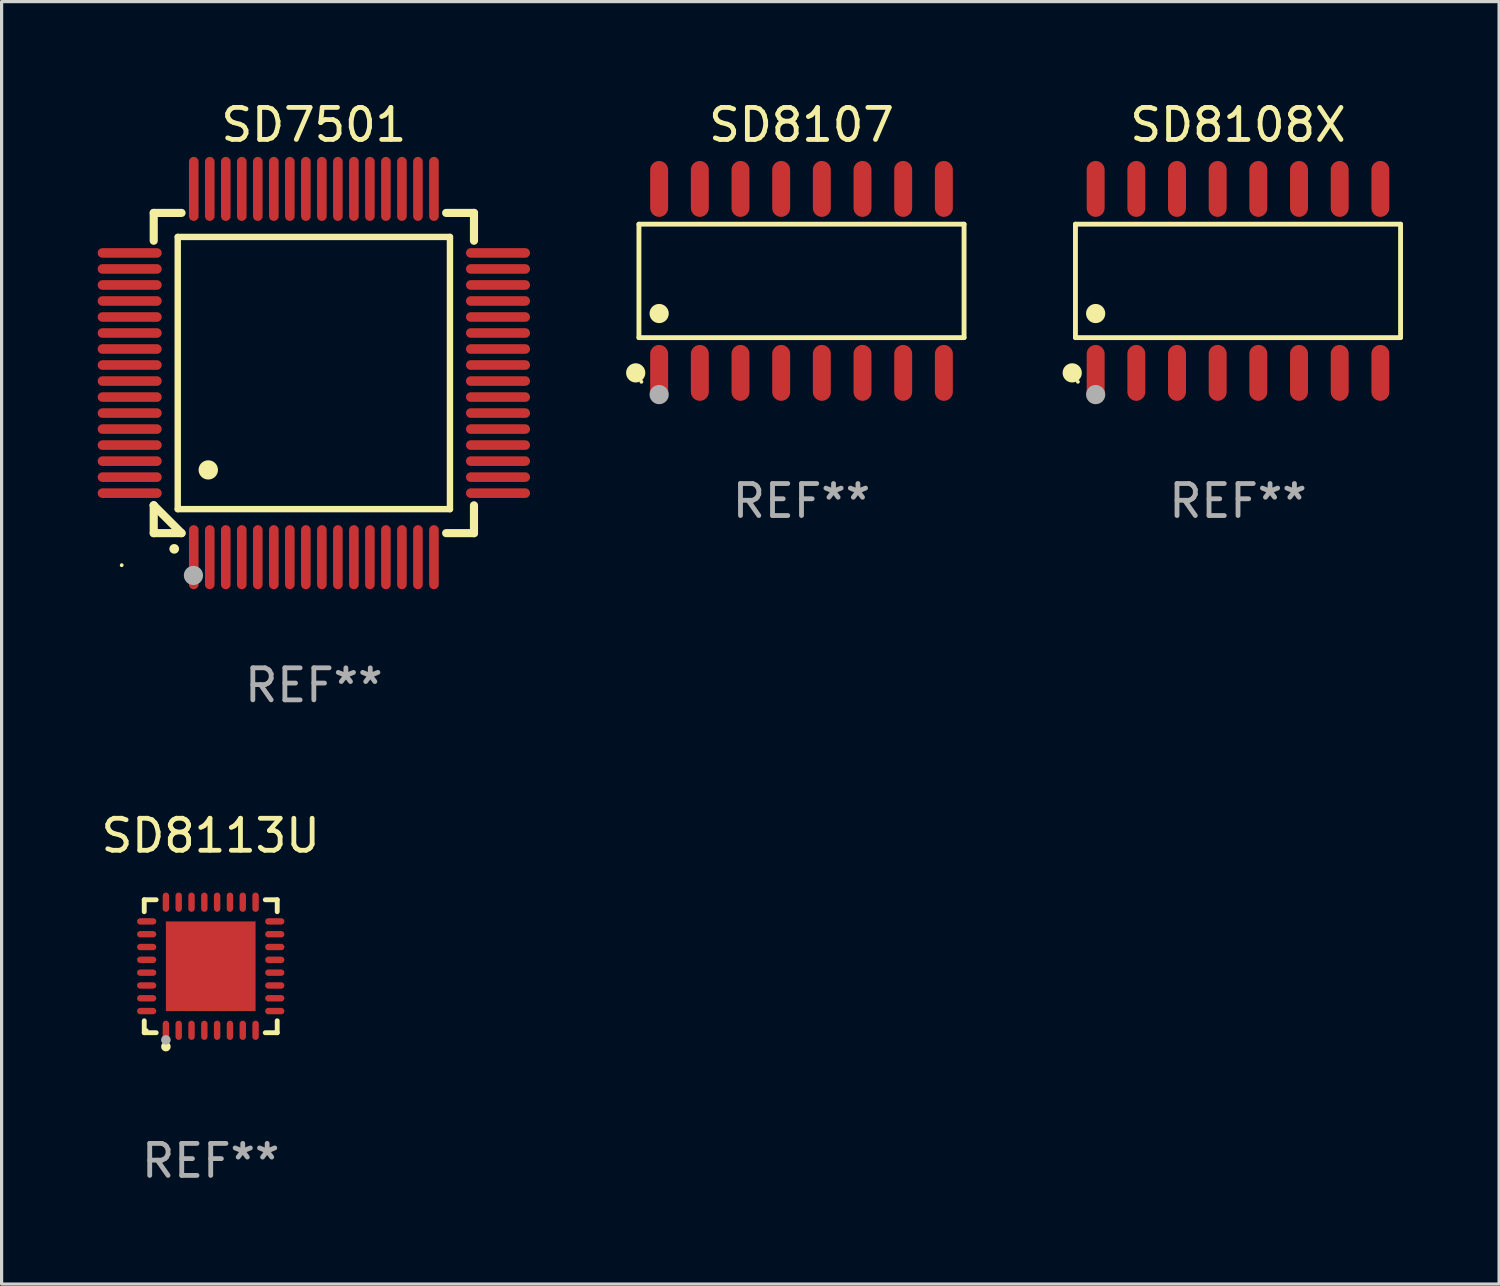
<source format=kicad_pcb>
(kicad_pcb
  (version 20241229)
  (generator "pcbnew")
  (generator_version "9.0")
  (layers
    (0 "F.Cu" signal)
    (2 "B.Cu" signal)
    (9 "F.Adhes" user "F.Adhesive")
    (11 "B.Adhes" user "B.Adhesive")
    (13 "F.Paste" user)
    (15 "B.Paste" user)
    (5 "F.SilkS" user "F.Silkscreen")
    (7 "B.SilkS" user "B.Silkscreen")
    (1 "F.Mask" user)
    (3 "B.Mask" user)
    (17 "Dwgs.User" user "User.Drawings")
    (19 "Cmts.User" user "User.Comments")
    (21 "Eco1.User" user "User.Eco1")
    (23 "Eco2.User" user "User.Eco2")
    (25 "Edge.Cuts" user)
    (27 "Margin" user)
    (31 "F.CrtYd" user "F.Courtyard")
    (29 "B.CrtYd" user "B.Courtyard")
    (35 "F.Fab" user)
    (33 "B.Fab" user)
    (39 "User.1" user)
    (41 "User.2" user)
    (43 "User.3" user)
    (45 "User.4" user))
  (footprint "SD7501"
    (layer "F.Cu")
    (at 6.75 8.598)
    (property "Reference" "SD7501" (at 0 -7.75 0) (layer "F.SilkS") (effects (font (size 1 1) (thickness 0.15))))
    (attr through_hole)
    (fp_line (start -5 -5) (end -4.131 -5) (stroke (width 0.254) (type solid)) (layer "F.SilkS"))
    (fp_line (start -5 -4.131) (end -5 -5) (stroke (width 0.254) (type solid)) (layer "F.SilkS"))
    (fp_line (start -5 4.131) (end -5 4.131) (stroke (width 0.254) (type solid)) (layer "F.SilkS"))
    (fp_line (start -5 5) (end -5 4.131) (stroke (width 0.254) (type solid)) (layer "F.SilkS"))
    (fp_line (start -5 4.131) (end -4.131 5) (stroke (width 0.254) (type solid)) (layer "F.SilkS"))
    (fp_line (start -4.25 -4.25) (end -4.25 4.25) (stroke (width 0.2) (type solid)) (layer "F.SilkS"))
    (fp_line (start -4.25 4.25) (end 4.25 4.25) (stroke (width 0.2) (type solid)) (layer "F.SilkS"))
    (fp_line (start -4.131 5) (end -5 5) (stroke (width 0.254) (type solid)) (layer "F.SilkS"))
    (fp_line (start 4.25 -4.25) (end -4.25 -4.25) (stroke (width 0.2) (type solid)) (layer "F.SilkS"))
    (fp_line (start 4.25 4.25) (end 4.25 -4.25) (stroke (width 0.2) (type solid)) (layer "F.SilkS"))
    (fp_line (start 5 -5) (end 4.131 -5) (stroke (width 0.254) (type solid)) (layer "F.SilkS"))
    (fp_line (start 5 -5) (end 5 -4.131) (stroke (width 0.254) (type solid)) (layer "F.SilkS"))
    (fp_line (start 5 4.131) (end 5 5) (stroke (width 0.254) (type solid)) (layer "F.SilkS"))
    (fp_line (start 5 5) (end 4.131 5) (stroke (width 0.254) (type solid)) (layer "F.SilkS"))
    (fp_arc (start -4.361265 5.489992) (mid -4.359995 5.489987) (end -4.358725 5.489992) (stroke (width 0.3) (type solid)) (layer "F.SilkS"))
    (fp_arc (start -3.299467 3.025146) (mid -3.296927 3.025135) (end -3.294387 3.025146) (stroke (width 0.6) (type solid)) (layer "F.SilkS"))
    (fp_circle (center -6 6) (end -5.97 6) (stroke (width 0.06) (type solid)) (fill no) (layer "F.SilkS"))
    (fp_circle (center -3.76 6.32) (end -3.61 6.32) (stroke (width 0.3) (type solid)) (fill no) (layer "F.Fab"))
    (fp_text user "REF**" (at 0 9.75 0) (layer "F.Fab") (effects (font (size 1 1) (thickness 0.15))))
    (pad "1" smd oval (at -3.75 5.75) (size 0.3 2) (layers "F.Cu" "F.Mask" "F.Paste"))
    (pad "2" smd oval (at -3.25 5.75) (size 0.3 2) (layers "F.Cu" "F.Mask" "F.Paste"))
    (pad "3" smd oval (at -2.75 5.75) (size 0.3 2) (layers "F.Cu" "F.Mask" "F.Paste"))
    (pad "4" smd oval (at -2.25 5.75) (size 0.3 2) (layers "F.Cu" "F.Mask" "F.Paste"))
    (pad "5" smd oval (at -1.75 5.75) (size 0.3 2) (layers "F.Cu" "F.Mask" "F.Paste"))
    (pad "6" smd oval (at -1.25 5.75) (size 0.3 2) (layers "F.Cu" "F.Mask" "F.Paste"))
    (pad "7" smd oval (at -0.75 5.75) (size 0.3 2) (layers "F.Cu" "F.Mask" "F.Paste"))
    (pad "8" smd oval (at -0.25 5.75) (size 0.3 2) (layers "F.Cu" "F.Mask" "F.Paste"))
    (pad "9" smd oval (at 0.25 5.75) (size 0.3 2) (layers "F.Cu" "F.Mask" "F.Paste"))
    (pad "10" smd oval (at 0.75 5.75) (size 0.3 2) (layers "F.Cu" "F.Mask" "F.Paste"))
    (pad "11" smd oval (at 1.25 5.75) (size 0.3 2) (layers "F.Cu" "F.Mask" "F.Paste"))
    (pad "12" smd oval (at 1.75 5.75) (size 0.3 2) (layers "F.Cu" "F.Mask" "F.Paste"))
    (pad "13" smd oval (at 2.25 5.75) (size 0.3 2) (layers "F.Cu" "F.Mask" "F.Paste"))
    (pad "14" smd oval (at 2.75 5.75) (size 0.3 2) (layers "F.Cu" "F.Mask" "F.Paste"))
    (pad "15" smd oval (at 3.25 5.75) (size 0.3 2) (layers "F.Cu" "F.Mask" "F.Paste"))
    (pad "16" smd oval (at 3.75 5.75) (size 0.3 2) (layers "F.Cu" "F.Mask" "F.Paste"))
    (pad "17" smd oval (at 5.75 3.75) (size 2 0.3) (layers "F.Cu" "F.Mask" "F.Paste"))
    (pad "18" smd oval (at 5.75 3.25) (size 2 0.3) (layers "F.Cu" "F.Mask" "F.Paste"))
    (pad "19" smd oval (at 5.75 2.75) (size 2 0.3) (layers "F.Cu" "F.Mask" "F.Paste"))
    (pad "20" smd oval (at 5.75 2.25) (size 2 0.3) (layers "F.Cu" "F.Mask" "F.Paste"))
    (pad "21" smd oval (at 5.75 1.75) (size 2 0.3) (layers "F.Cu" "F.Mask" "F.Paste"))
    (pad "22" smd oval (at 5.75 1.25) (size 2 0.3) (layers "F.Cu" "F.Mask" "F.Paste"))
    (pad "23" smd oval (at 5.75 0.75) (size 2 0.3) (layers "F.Cu" "F.Mask" "F.Paste"))
    (pad "24" smd oval (at 5.75 0.25) (size 2 0.3) (layers "F.Cu" "F.Mask" "F.Paste"))
    (pad "25" smd oval (at 5.75 -0.25) (size 2 0.3) (layers "F.Cu" "F.Mask" "F.Paste"))
    (pad "26" smd oval (at 5.75 -0.75) (size 2 0.3) (layers "F.Cu" "F.Mask" "F.Paste"))
    (pad "27" smd oval (at 5.75 -1.25) (size 2 0.3) (layers "F.Cu" "F.Mask" "F.Paste"))
    (pad "28" smd oval (at 5.75 -1.75) (size 2 0.3) (layers "F.Cu" "F.Mask" "F.Paste"))
    (pad "29" smd oval (at 5.75 -2.25) (size 2 0.3) (layers "F.Cu" "F.Mask" "F.Paste"))
    (pad "30" smd oval (at 5.75 -2.75) (size 2 0.3) (layers "F.Cu" "F.Mask" "F.Paste"))
    (pad "31" smd oval (at 5.75 -3.25) (size 2 0.3) (layers "F.Cu" "F.Mask" "F.Paste"))
    (pad "32" smd oval (at 5.75 -3.75) (size 2 0.3) (layers "F.Cu" "F.Mask" "F.Paste"))
    (pad "33" smd oval (at 3.75 -5.75) (size 0.3 2) (layers "F.Cu" "F.Mask" "F.Paste"))
    (pad "34" smd oval (at 3.25 -5.75) (size 0.3 2) (layers "F.Cu" "F.Mask" "F.Paste"))
    (pad "35" smd oval (at 2.75 -5.75) (size 0.3 2) (layers "F.Cu" "F.Mask" "F.Paste"))
    (pad "36" smd oval (at 2.25 -5.75) (size 0.3 2) (layers "F.Cu" "F.Mask" "F.Paste"))
    (pad "37" smd oval (at 1.75 -5.75) (size 0.3 2) (layers "F.Cu" "F.Mask" "F.Paste"))
    (pad "38" smd oval (at 1.25 -5.75) (size 0.3 2) (layers "F.Cu" "F.Mask" "F.Paste"))
    (pad "39" smd oval (at 0.75 -5.75) (size 0.3 2) (layers "F.Cu" "F.Mask" "F.Paste"))
    (pad "40" smd oval (at 0.25 -5.75) (size 0.3 2) (layers "F.Cu" "F.Mask" "F.Paste"))
    (pad "41" smd oval (at -0.25 -5.75) (size 0.3 2) (layers "F.Cu" "F.Mask" "F.Paste"))
    (pad "42" smd oval (at -0.75 -5.75) (size 0.3 2) (layers "F.Cu" "F.Mask" "F.Paste"))
    (pad "43" smd oval (at -1.25 -5.75) (size 0.3 2) (layers "F.Cu" "F.Mask" "F.Paste"))
    (pad "44" smd oval (at -1.75 -5.75) (size 0.3 2) (layers "F.Cu" "F.Mask" "F.Paste"))
    (pad "45" smd oval (at -2.25 -5.75) (size 0.3 2) (layers "F.Cu" "F.Mask" "F.Paste"))
    (pad "46" smd oval (at -2.75 -5.75) (size 0.3 2) (layers "F.Cu" "F.Mask" "F.Paste"))
    (pad "47" smd oval (at -3.25 -5.75) (size 0.3 2) (layers "F.Cu" "F.Mask" "F.Paste"))
    (pad "48" smd oval (at -3.75 -5.75) (size 0.3 2) (layers "F.Cu" "F.Mask" "F.Paste"))
    (pad "49" smd oval (at -5.75 -3.75) (size 2 0.3) (layers "F.Cu" "F.Mask" "F.Paste"))
    (pad "50" smd oval (at -5.75 -3.25) (size 2 0.3) (layers "F.Cu" "F.Mask" "F.Paste"))
    (pad "51" smd oval (at -5.75 -2.75) (size 2 0.3) (layers "F.Cu" "F.Mask" "F.Paste"))
    (pad "52" smd oval (at -5.75 -2.25) (size 2 0.3) (layers "F.Cu" "F.Mask" "F.Paste"))
    (pad "53" smd oval (at -5.75 -1.75) (size 2 0.3) (layers "F.Cu" "F.Mask" "F.Paste"))
    (pad "54" smd oval (at -5.75 -1.25) (size 2 0.3) (layers "F.Cu" "F.Mask" "F.Paste"))
    (pad "55" smd oval (at -5.75 -0.75) (size 2 0.3) (layers "F.Cu" "F.Mask" "F.Paste"))
    (pad "56" smd oval (at -5.75 -0.25) (size 2 0.3) (layers "F.Cu" "F.Mask" "F.Paste"))
    (pad "57" smd oval (at -5.75 0.25) (size 2 0.3) (layers "F.Cu" "F.Mask" "F.Paste"))
    (pad "58" smd oval (at -5.75 0.75) (size 2 0.3) (layers "F.Cu" "F.Mask" "F.Paste"))
    (pad "59" smd oval (at -5.75 1.25) (size 2 0.3) (layers "F.Cu" "F.Mask" "F.Paste"))
    (pad "60" smd oval (at -5.75 1.75) (size 2 0.3) (layers "F.Cu" "F.Mask" "F.Paste"))
    (pad "61" smd oval (at -5.75 2.25) (size 2 0.3) (layers "F.Cu" "F.Mask" "F.Paste"))
    (pad "62" smd oval (at -5.75 2.75) (size 2 0.3) (layers "F.Cu" "F.Mask" "F.Paste"))
    (pad "63" smd oval (at -5.75 3.25) (size 2 0.3) (layers "F.Cu" "F.Mask" "F.Paste"))
    (pad "64" smd oval (at -5.75 3.75) (size 2 0.3) (layers "F.Cu" "F.Mask" "F.Paste")))
  (footprint "SD8113U"
    (layer "F.Cu")
    (at 3.53 27.121)
    (property "Reference" "SD8113U" (at 0 -4.076 0) (layer "F.SilkS") (effects (font (size 1 1) (thickness 0.15))))
    (attr through_hole)
    (fp_line (start -2.076 -2.076) (end -1.703 -2.076) (stroke (width 0.152) (type solid)) (layer "F.SilkS"))
    (fp_line (start -2.076 -1.703) (end -2.076 -2.076) (stroke (width 0.152) (type solid)) (layer "F.SilkS"))
    (fp_line (start -2.076 1.703) (end -2.076 2.076) (stroke (width 0.152) (type solid)) (layer "F.SilkS"))
    (fp_line (start -2.076 2.076) (end -1.703 2.076) (stroke (width 0.152) (type solid)) (layer "F.SilkS"))
    (fp_line (start 2.076 -2.076) (end 1.703 -2.076) (stroke (width 0.152) (type solid)) (layer "F.SilkS"))
    (fp_line (start 2.076 -1.703) (end 2.076 -2.076) (stroke (width 0.152) (type solid)) (layer "F.SilkS"))
    (fp_line (start 2.076 1.703) (end 2.076 2.076) (stroke (width 0.152) (type solid)) (layer "F.SilkS"))
    (fp_line (start 2.076 2.076) (end 1.703 2.076) (stroke (width 0.152) (type solid)) (layer "F.SilkS"))
    (fp_circle (center -2 2) (end -1.97 2) (stroke (width 0.06) (type solid)) (fill no) (layer "F.SilkS"))
    (fp_circle (center -1.4 2.51) (end -1.325 2.51) (stroke (width 0.15) (type solid)) (fill no) (layer "F.SilkS"))
    (fp_circle (center -1.4 2.3) (end -1.325 2.3) (stroke (width 0.15) (type solid)) (fill no) (layer "F.Fab"))
    (fp_text user "REF**" (at 0 6.076 0) (layer "F.Fab") (effects (font (size 1 1) (thickness 0.15))))
    (pad "1" smd oval (at -1.4 2) (size 0.2 0.6) (layers "F.Cu" "F.Mask" "F.Paste"))
    (pad "2" smd oval (at -1 2) (size 0.2 0.6) (layers "F.Cu" "F.Mask" "F.Paste"))
    (pad "3" smd oval (at -0.6 2) (size 0.2 0.6) (layers "F.Cu" "F.Mask" "F.Paste"))
    (pad "4" smd oval (at -0.2 2) (size 0.2 0.6) (layers "F.Cu" "F.Mask" "F.Paste"))
    (pad "5" smd oval (at 0.2 2) (size 0.2 0.6) (layers "F.Cu" "F.Mask" "F.Paste"))
    (pad "6" smd oval (at 0.6 2) (size 0.2 0.6) (layers "F.Cu" "F.Mask" "F.Paste"))
    (pad "7" smd oval (at 1 2) (size 0.2 0.6) (layers "F.Cu" "F.Mask" "F.Paste"))
    (pad "8" smd oval (at 1.4 2) (size 0.2 0.6) (layers "F.Cu" "F.Mask" "F.Paste"))
    (pad "9" smd oval (at 2 1.4) (size 0.6 0.2) (layers "F.Cu" "F.Mask" "F.Paste"))
    (pad "10" smd oval (at 2 1) (size 0.6 0.2) (layers "F.Cu" "F.Mask" "F.Paste"))
    (pad "11" smd oval (at 2 0.6) (size 0.6 0.2) (layers "F.Cu" "F.Mask" "F.Paste"))
    (pad "12" smd oval (at 2 0.2) (size 0.6 0.2) (layers "F.Cu" "F.Mask" "F.Paste"))
    (pad "13" smd oval (at 2 -0.2) (size 0.6 0.2) (layers "F.Cu" "F.Mask" "F.Paste"))
    (pad "14" smd oval (at 2 -0.6) (size 0.6 0.2) (layers "F.Cu" "F.Mask" "F.Paste"))
    (pad "15" smd oval (at 2 -1) (size 0.6 0.2) (layers "F.Cu" "F.Mask" "F.Paste"))
    (pad "16" smd oval (at 2 -1.4) (size 0.6 0.2) (layers "F.Cu" "F.Mask" "F.Paste"))
    (pad "17" smd oval (at 1.4 -2) (size 0.2 0.6) (layers "F.Cu" "F.Mask" "F.Paste"))
    (pad "18" smd oval (at 1 -2) (size 0.2 0.6) (layers "F.Cu" "F.Mask" "F.Paste"))
    (pad "19" smd oval (at 0.6 -2) (size 0.2 0.6) (layers "F.Cu" "F.Mask" "F.Paste"))
    (pad "20" smd oval (at 0.2 -2) (size 0.2 0.6) (layers "F.Cu" "F.Mask" "F.Paste"))
    (pad "21" smd oval (at -0.2 -2) (size 0.2 0.6) (layers "F.Cu" "F.Mask" "F.Paste"))
    (pad "22" smd oval (at -0.6 -2) (size 0.2 0.6) (layers "F.Cu" "F.Mask" "F.Paste"))
    (pad "23" smd oval (at -1 -2) (size 0.2 0.6) (layers "F.Cu" "F.Mask" "F.Paste"))
    (pad "24" smd oval (at -1.4 -2) (size 0.2 0.6) (layers "F.Cu" "F.Mask" "F.Paste"))
    (pad "25" smd oval (at -2 -1.4) (size 0.6 0.2) (layers "F.Cu" "F.Mask" "F.Paste"))
    (pad "26" smd oval (at -2 -1) (size 0.6 0.2) (layers "F.Cu" "F.Mask" "F.Paste"))
    (pad "27" smd oval (at -2 -0.6) (size 0.6 0.2) (layers "F.Cu" "F.Mask" "F.Paste"))
    (pad "28" smd oval (at -2 -0.2) (size 0.6 0.2) (layers "F.Cu" "F.Mask" "F.Paste"))
    (pad "29" smd oval (at -2 0.2) (size 0.6 0.2) (layers "F.Cu" "F.Mask" "F.Paste"))
    (pad "30" smd oval (at -2 0.6) (size 0.6 0.2) (layers "F.Cu" "F.Mask" "F.Paste"))
    (pad "31" smd oval (at -2 1) (size 0.6 0.2) (layers "F.Cu" "F.Mask" "F.Paste"))
    (pad "32" smd oval (at -2 1.4) (size 0.6 0.2) (layers "F.Cu" "F.Mask" "F.Paste"))
    (pad "33" smd rect (at 0 0) (size 2.8 2.8) (layers "F.Cu" "F.Mask" "F.Paste")))
  (footprint "SD8107"
    (layer "F.Cu")
    (at 21.977 5.721)
    (property "Reference" "SD8107" (at 0 -4.872 0) (layer "F.SilkS") (effects (font (size 1 1) (thickness 0.15))))
    (attr through_hole)
    (fp_line (start -5.076 -1.771) (end 5.076 -1.771) (stroke (width 0.152) (type solid)) (layer "F.SilkS"))
    (fp_line (start -5.076 1.771) (end -5.076 -1.771) (stroke (width 0.152) (type solid)) (layer "F.SilkS"))
    (fp_line (start 5.076 -1.771) (end 5.076 1.771) (stroke (width 0.152) (type solid)) (layer "F.SilkS"))
    (fp_line (start 5.076 1.771) (end -5.076 1.771) (stroke (width 0.152) (type solid)) (layer "F.SilkS"))
    (fp_circle (center -5.177 2.872) (end -5.027 2.872) (stroke (width 0.3) (type solid)) (fill no) (layer "F.SilkS"))
    (fp_circle (center -5 3.15) (end -4.97 3.15) (stroke (width 0.06) (type solid)) (fill no) (layer "F.SilkS"))
    (fp_circle (center -4.445 1.019) (end -4.295 1.019) (stroke (width 0.3) (type solid)) (fill no) (layer "F.SilkS"))
    (fp_circle (center -4.445 3.55) (end -4.295 3.55) (stroke (width 0.3) (type solid)) (fill no) (layer "F.Fab"))
    (fp_text user "REF**" (at 0 6.872 0) (layer "F.Fab") (effects (font (size 1 1) (thickness 0.15))))
    (pad "1" smd oval (at -4.445 2.872) (size 0.56 1.745) (layers "F.Cu" "F.Mask" "F.Paste"))
    (pad "2" smd oval (at -3.175 2.872) (size 0.56 1.745) (layers "F.Cu" "F.Mask" "F.Paste"))
    (pad "3" smd oval (at -1.905 2.872) (size 0.56 1.745) (layers "F.Cu" "F.Mask" "F.Paste"))
    (pad "4" smd oval (at -0.635 2.872) (size 0.56 1.745) (layers "F.Cu" "F.Mask" "F.Paste"))
    (pad "5" smd oval (at 0.635 2.872) (size 0.56 1.745) (layers "F.Cu" "F.Mask" "F.Paste"))
    (pad "6" smd oval (at 1.905 2.872) (size 0.56 1.745) (layers "F.Cu" "F.Mask" "F.Paste"))
    (pad "7" smd oval (at 3.175 2.872) (size 0.56 1.745) (layers "F.Cu" "F.Mask" "F.Paste"))
    (pad "8" smd oval (at 4.445 2.872) (size 0.56 1.745) (layers "F.Cu" "F.Mask" "F.Paste"))
    (pad "9" smd oval (at 4.445 -2.872) (size 0.56 1.745) (layers "F.Cu" "F.Mask" "F.Paste"))
    (pad "10" smd oval (at 3.175 -2.872) (size 0.56 1.745) (layers "F.Cu" "F.Mask" "F.Paste"))
    (pad "11" smd oval (at 1.905 -2.872) (size 0.56 1.745) (layers "F.Cu" "F.Mask" "F.Paste"))
    (pad "12" smd oval (at 0.635 -2.872) (size 0.56 1.745) (layers "F.Cu" "F.Mask" "F.Paste"))
    (pad "13" smd oval (at -0.635 -2.872) (size 0.56 1.745) (layers "F.Cu" "F.Mask" "F.Paste"))
    (pad "14" smd oval (at -1.905 -2.872) (size 0.56 1.745) (layers "F.Cu" "F.Mask" "F.Paste"))
    (pad "15" smd oval (at -3.175 -2.872) (size 0.56 1.745) (layers "F.Cu" "F.Mask" "F.Paste"))
    (pad "16" smd oval (at -4.445 -2.872) (size 0.56 1.745) (layers "F.Cu" "F.Mask" "F.Paste")))
  (footprint "SD8108X"
    (layer "F.Cu")
    (at 35.607 5.721)
    (property "Reference" "SD8108X" (at 0 -4.872 0) (layer "F.SilkS") (effects (font (size 1 1) (thickness 0.15))))
    (attr through_hole)
    (fp_line (start -5.076 -1.771) (end 5.076 -1.771) (stroke (width 0.152) (type solid)) (layer "F.SilkS"))
    (fp_line (start -5.076 1.771) (end -5.076 -1.771) (stroke (width 0.152) (type solid)) (layer "F.SilkS"))
    (fp_line (start 5.076 -1.771) (end 5.076 1.771) (stroke (width 0.152) (type solid)) (layer "F.SilkS"))
    (fp_line (start 5.076 1.771) (end -5.076 1.771) (stroke (width 0.152) (type solid)) (layer "F.SilkS"))
    (fp_circle (center -5.177 2.872) (end -5.027 2.872) (stroke (width 0.3) (type solid)) (fill no) (layer "F.SilkS"))
    (fp_circle (center -5 3.15) (end -4.97 3.15) (stroke (width 0.06) (type solid)) (fill no) (layer "F.SilkS"))
    (fp_circle (center -4.445 1.019) (end -4.295 1.019) (stroke (width 0.3) (type solid)) (fill no) (layer "F.SilkS"))
    (fp_circle (center -4.445 3.55) (end -4.295 3.55) (stroke (width 0.3) (type solid)) (fill no) (layer "F.Fab"))
    (fp_text user "REF**" (at 0 6.872 0) (layer "F.Fab") (effects (font (size 1 1) (thickness 0.15))))
    (pad "1" smd oval (at -4.445 2.872) (size 0.56 1.745) (layers "F.Cu" "F.Mask" "F.Paste"))
    (pad "2" smd oval (at -3.175 2.872) (size 0.56 1.745) (layers "F.Cu" "F.Mask" "F.Paste"))
    (pad "3" smd oval (at -1.905 2.872) (size 0.56 1.745) (layers "F.Cu" "F.Mask" "F.Paste"))
    (pad "4" smd oval (at -0.635 2.872) (size 0.56 1.745) (layers "F.Cu" "F.Mask" "F.Paste"))
    (pad "5" smd oval (at 0.635 2.872) (size 0.56 1.745) (layers "F.Cu" "F.Mask" "F.Paste"))
    (pad "6" smd oval (at 1.905 2.872) (size 0.56 1.745) (layers "F.Cu" "F.Mask" "F.Paste"))
    (pad "7" smd oval (at 3.175 2.872) (size 0.56 1.745) (layers "F.Cu" "F.Mask" "F.Paste"))
    (pad "8" smd oval (at 4.445 2.872) (size 0.56 1.745) (layers "F.Cu" "F.Mask" "F.Paste"))
    (pad "9" smd oval (at 4.445 -2.872) (size 0.56 1.745) (layers "F.Cu" "F.Mask" "F.Paste"))
    (pad "10" smd oval (at 3.175 -2.872) (size 0.56 1.745) (layers "F.Cu" "F.Mask" "F.Paste"))
    (pad "11" smd oval (at 1.905 -2.872) (size 0.56 1.745) (layers "F.Cu" "F.Mask" "F.Paste"))
    (pad "12" smd oval (at 0.635 -2.872) (size 0.56 1.745) (layers "F.Cu" "F.Mask" "F.Paste"))
    (pad "13" smd oval (at -0.635 -2.872) (size 0.56 1.745) (layers "F.Cu" "F.Mask" "F.Paste"))
    (pad "14" smd oval (at -1.905 -2.872) (size 0.56 1.745) (layers "F.Cu" "F.Mask" "F.Paste"))
    (pad "15" smd oval (at -3.175 -2.872) (size 0.56 1.745) (layers "F.Cu" "F.Mask" "F.Paste"))
    (pad "16" smd oval (at -4.445 -2.872) (size 0.56 1.745) (layers "F.Cu" "F.Mask" "F.Paste")))
  (gr_rect
    (start -3 -3)
    (end 43.759 37.045)
    (stroke (width 0.1) (type default))
    (fill no)
    (layer "Edge.Cuts")))
</source>
